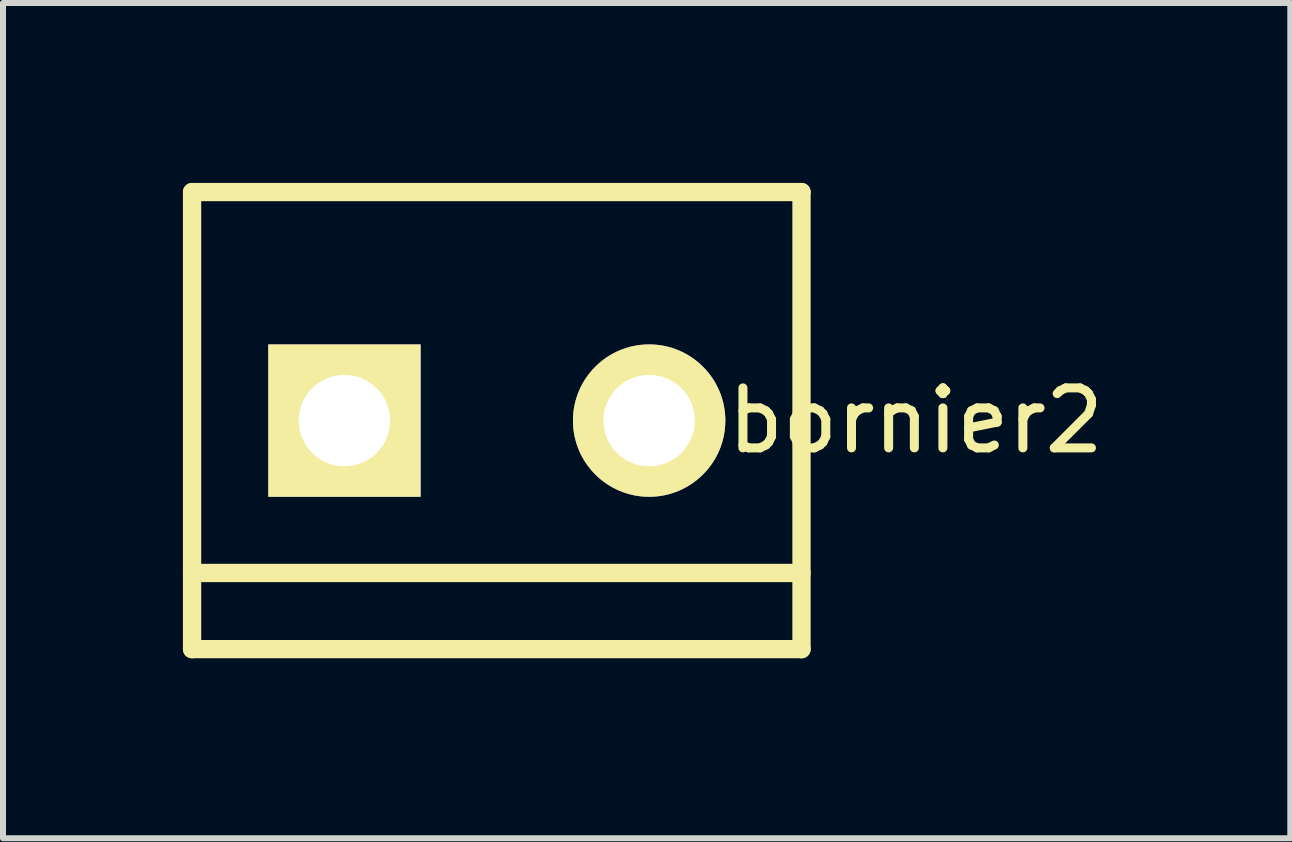
<source format=kicad_pcb>
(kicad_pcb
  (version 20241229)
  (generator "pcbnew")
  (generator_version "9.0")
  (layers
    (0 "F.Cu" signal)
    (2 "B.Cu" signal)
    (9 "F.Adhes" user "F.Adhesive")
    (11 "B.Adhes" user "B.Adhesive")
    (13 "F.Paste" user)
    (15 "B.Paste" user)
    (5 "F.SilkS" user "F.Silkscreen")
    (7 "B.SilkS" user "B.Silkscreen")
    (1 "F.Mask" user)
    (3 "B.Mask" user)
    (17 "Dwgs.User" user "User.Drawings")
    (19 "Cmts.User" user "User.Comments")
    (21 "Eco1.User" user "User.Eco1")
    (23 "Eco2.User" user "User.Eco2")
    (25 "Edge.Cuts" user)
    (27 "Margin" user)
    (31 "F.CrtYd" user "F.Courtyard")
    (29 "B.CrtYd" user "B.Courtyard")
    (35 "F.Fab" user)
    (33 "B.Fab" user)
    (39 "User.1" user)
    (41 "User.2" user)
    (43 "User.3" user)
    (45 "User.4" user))
  (footprint "bornier2"
    (layer "F.Cu")
    (at 5.232 3.962)
    (property "Reference" "bornier2" (at 6.985 0 0) (layer "F.SilkS") (effects (font (size 1 1) (thickness 0.15))))
    (attr through_hole)
    (fp_line (start -5.08 -3.81) (end -5.08 3.81) (stroke (width 0.305) (type solid)) (layer "F.SilkS"))
    (fp_line (start -5.08 3.81) (end 5.08 3.81) (stroke (width 0.305) (type solid)) (layer "F.SilkS"))
    (fp_line (start 5.08 -3.81) (end -5.08 -3.81) (stroke (width 0.305) (type solid)) (layer "F.SilkS"))
    (fp_line (start 5.08 2.54) (end -5.08 2.54) (stroke (width 0.305) (type solid)) (layer "F.SilkS"))
    (fp_line (start 5.08 3.81) (end 5.08 -3.81) (stroke (width 0.305) (type solid)) (layer "F.SilkS"))
    (pad "1" thru_hole rect (at -2.54 0) (size 2.54 2.54) (drill 1.524) (layers "*.Cu" "*.Mask" "F.SilkS"))
    (pad "2" thru_hole circle (at 2.54 0) (size 2.54 2.54) (drill 1.524) (layers "*.Cu" "*.Mask" "F.SilkS")))
  (gr_rect
    (start -3 -3)
    (end 18.461 10.925)
    (stroke (width 0.1) (type default))
    (fill no)
    (layer "Edge.Cuts")))
</source>
